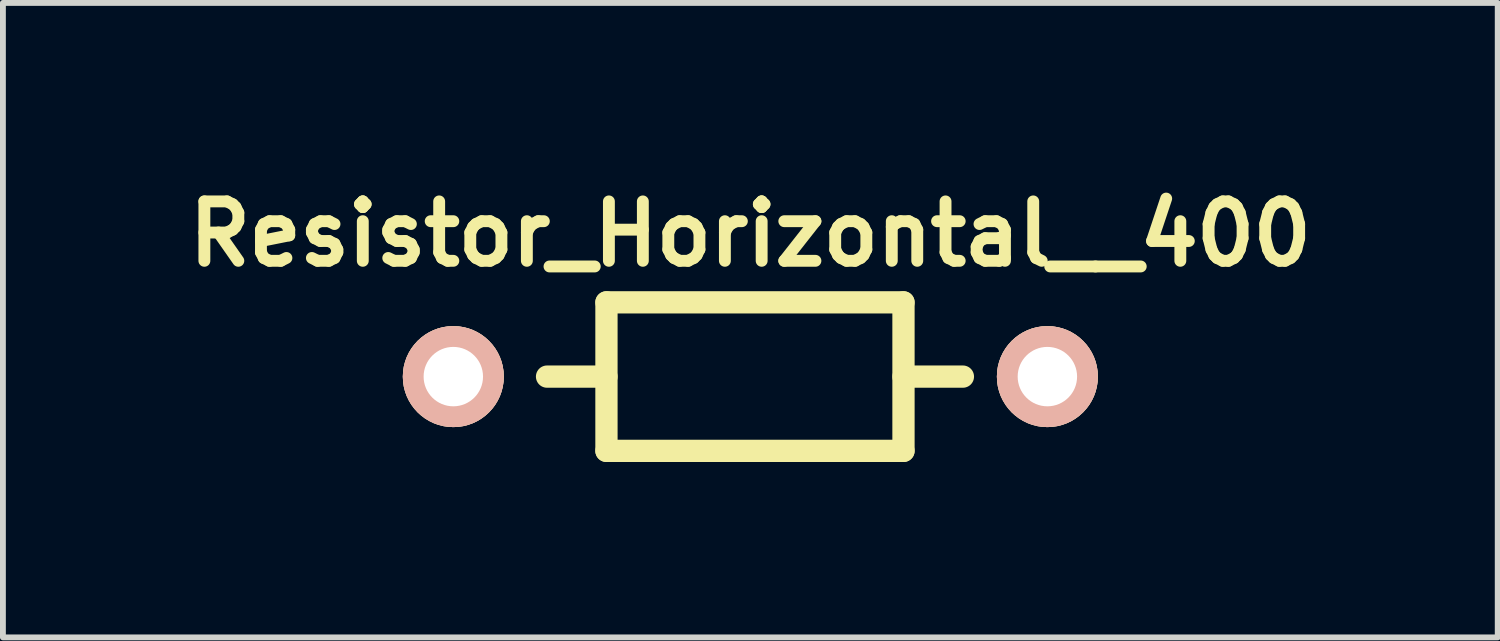
<source format=kicad_pcb>
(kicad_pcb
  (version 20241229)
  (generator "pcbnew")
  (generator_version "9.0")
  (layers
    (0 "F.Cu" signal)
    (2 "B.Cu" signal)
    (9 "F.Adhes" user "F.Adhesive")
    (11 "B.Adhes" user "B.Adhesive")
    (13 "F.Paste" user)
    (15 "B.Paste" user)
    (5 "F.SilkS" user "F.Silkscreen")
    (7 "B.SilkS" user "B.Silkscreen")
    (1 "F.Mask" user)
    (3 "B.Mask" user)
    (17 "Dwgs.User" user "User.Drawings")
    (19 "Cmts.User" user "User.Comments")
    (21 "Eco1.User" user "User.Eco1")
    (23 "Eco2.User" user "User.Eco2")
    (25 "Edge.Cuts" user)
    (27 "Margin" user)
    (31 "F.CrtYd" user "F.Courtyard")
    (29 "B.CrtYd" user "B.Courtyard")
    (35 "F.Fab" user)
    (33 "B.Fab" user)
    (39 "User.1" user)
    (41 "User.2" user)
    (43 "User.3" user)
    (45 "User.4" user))
  (footprint "Resistor_Horizontal__400"
    (layer "F.Cu")
    (at 9.783 3.391)
    (property "Reference" "Resistor_Horizontal__400" (at 0 -2.44 0) (layer "F.SilkS") (effects (font (size 1.016 1.016) (thickness 0.203))))
    (attr through_hole)
    (fp_line (start -2.461 -1.27) (end 2.619 -1.27) (stroke (width 0.381) (type solid)) (layer "F.SilkS"))
    (fp_line (start -2.461 0) (end -3.477 0) (stroke (width 0.381) (type solid)) (layer "F.SilkS"))
    (fp_line (start -2.461 1.27) (end -2.461 -1.27) (stroke (width 0.381) (type solid)) (layer "F.SilkS"))
    (fp_line (start 2.619 -1.27) (end 2.619 1.27) (stroke (width 0.381) (type solid)) (layer "F.SilkS"))
    (fp_line (start 2.619 0) (end 3.635 0) (stroke (width 0.381) (type solid)) (layer "F.SilkS"))
    (fp_line (start 2.619 1.27) (end -2.461 1.27) (stroke (width 0.381) (type solid)) (layer "F.SilkS"))
    (pad "1" thru_hole circle (at -5.08 0) (size 1.727 1.727) (drill 1.016) (layers "*.Cu" "*.SilkS" "*.Mask"))
    (pad "2" thru_hole circle (at 5.08 0) (size 1.727 1.727) (drill 1.016) (layers "*.Cu" "*.SilkS" "*.Mask")))
  (gr_rect
    (start -3 -3)
    (end 22.565 7.851)
    (stroke (width 0.1) (type default))
    (fill no)
    (layer "Edge.Cuts")))
</source>
